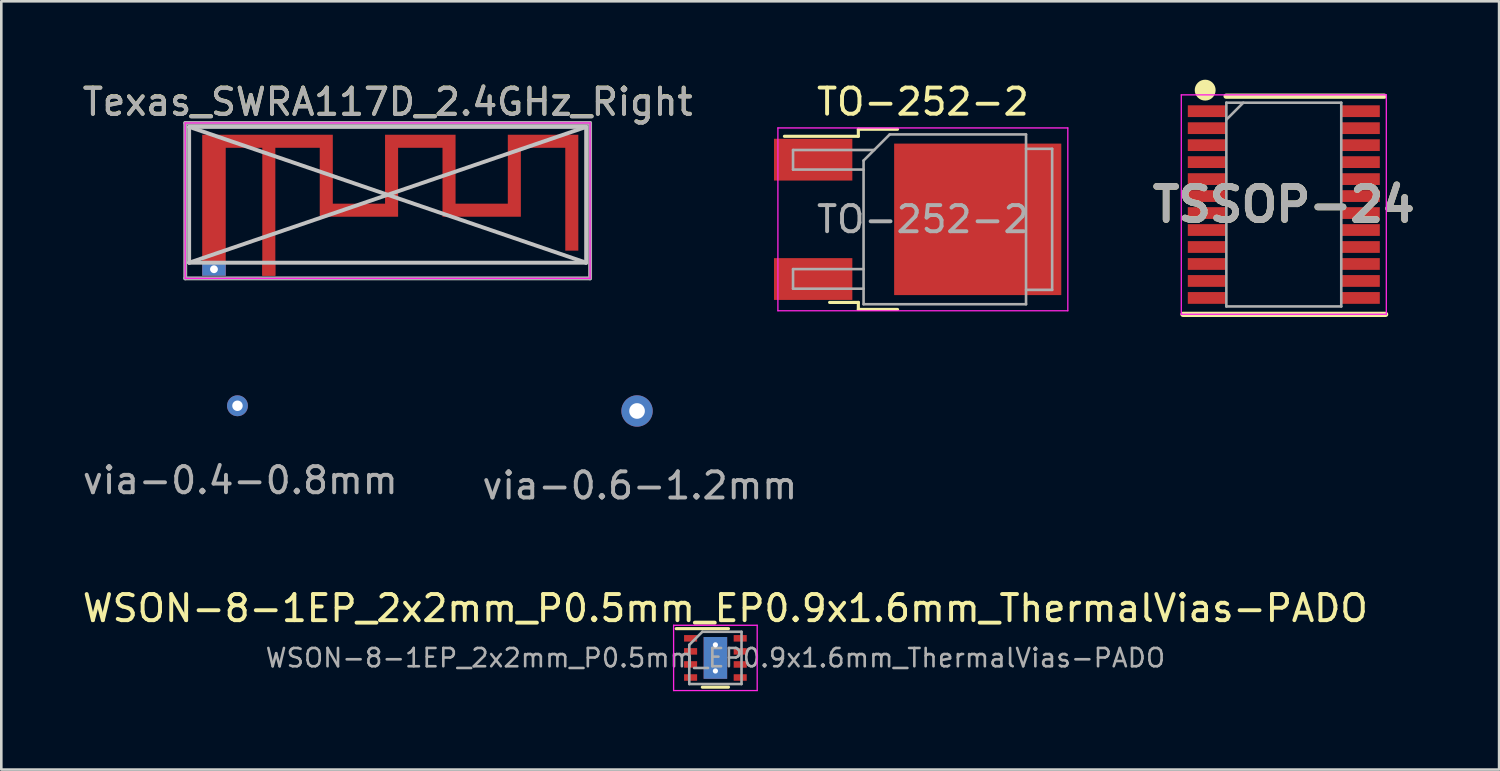
<source format=kicad_pcb>
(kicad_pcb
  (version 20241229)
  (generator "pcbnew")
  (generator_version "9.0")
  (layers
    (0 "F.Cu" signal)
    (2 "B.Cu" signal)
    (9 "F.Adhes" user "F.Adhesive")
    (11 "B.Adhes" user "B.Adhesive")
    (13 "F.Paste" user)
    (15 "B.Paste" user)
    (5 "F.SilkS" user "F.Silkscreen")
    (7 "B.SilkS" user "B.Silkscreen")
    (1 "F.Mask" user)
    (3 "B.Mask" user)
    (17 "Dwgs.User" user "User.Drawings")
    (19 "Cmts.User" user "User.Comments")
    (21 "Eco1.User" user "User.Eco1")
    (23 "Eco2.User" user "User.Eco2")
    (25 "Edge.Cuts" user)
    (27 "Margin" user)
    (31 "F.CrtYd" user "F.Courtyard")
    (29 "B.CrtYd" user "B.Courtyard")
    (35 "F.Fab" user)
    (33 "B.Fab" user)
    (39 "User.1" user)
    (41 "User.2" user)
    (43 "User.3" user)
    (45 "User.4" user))
  (footprint "Texas_SWRA117D_2.4GHz_Right"
    (layer "F.Cu")
    (at 7.242 7.258)
    (property "Reference" "Texas_SWRA117D_2.4GHz_Right" (at 4.55 -6.41 0) (layer "F.SilkS") (effects (font (size 1 1) (thickness 0.15))))
    (attr exclude_from_pos_files exclude_from_bom)
    (fp_poly (pts (xy 2.45 -2.51) (xy 4.45 -2.51) (xy 4.45 -5.15) (xy 7.15 -5.15) (xy 7.15 -2.51) (xy 9.15 -2.51) (xy 9.15 -5.15) (xy 11.85 -5.15) (xy 11.85 -0.71) (xy 11.35 -0.71) (xy 11.35 -4.65) (xy 9.65 -4.65) (xy 9.65 -2.01) (xy 6.65 -2.01) (xy 6.65 -4.65) (xy 4.95 -4.65) (xy 4.95 -2.01) (xy 1.95 -2.01) (xy 1.95 -4.65) (xy 0.25 -4.65) (xy 0.25 0.25) (xy -0.25 0.25) (xy -0.25 -4.65) (xy -1.65 -4.65) (xy -1.65 0.25) (xy -2.55 0.25) (xy -2.55 0.007) (xy -2.248 0.007) (xy -2.238 0.054) (xy -2.214 0.097) (xy -2.176 0.13) (xy -2.168 0.134) (xy -2.125 0.146) (xy -2.077 0.145) (xy -2.031 0.132) (xy -2.013 0.122) (xy -1.979 0.087) (xy -1.958 0.041) (xy -1.952 -0.008) (xy -1.96 -0.056) (xy -1.977 -0.089) (xy -2.012 -0.121) (xy -2.058 -0.141) (xy -2.107 -0.148) (xy -2.155 -0.14) (xy -2.188 -0.123) (xy -2.223 -0.086) (xy -2.243 -0.042) (xy -2.248 0.007) (xy -2.55 0.007) (xy -2.55 -5.15) (xy 2.45 -5.15) (xy 2.45 -2.51)) (stroke (width 0) (type solid)) (fill yes) (layer "F.Cu"))
    (fp_line (start -3.05 -5.45) (end 12.15 -5.45) (stroke (width 0.15) (type solid)) (layer "Dwgs.User"))
    (fp_line (start -3.05 -5.45) (end 12.15 -0.25) (stroke (width 0.15) (type solid)) (layer "Dwgs.User"))
    (fp_line (start -3.05 -0.25) (end -3.05 -5.45) (stroke (width 0.15) (type solid)) (layer "Dwgs.User"))
    (fp_line (start -3.05 -0.25) (end 12.15 -5.45) (stroke (width 0.15) (type solid)) (layer "Dwgs.User"))
    (fp_line (start -3.05 -0.25) (end 12.15 -0.25) (stroke (width 0.15) (type solid)) (layer "Dwgs.User"))
    (fp_line (start 12.15 -0.25) (end 12.15 -5.45) (stroke (width 0.15) (type solid)) (layer "Dwgs.User"))
    (fp_line (start -3.2 -5.6) (end 12.3 -5.6) (stroke (width 0.05) (type solid)) (layer "F.CrtYd"))
    (fp_line (start -3.2 0.35) (end -3.2 -5.6) (stroke (width 0.05) (type solid)) (layer "F.CrtYd"))
    (fp_line (start 12.3 -5.6) (end 12.3 0.35) (stroke (width 0.05) (type solid)) (layer "F.CrtYd"))
    (fp_line (start 12.3 0.35) (end -3.2 0.35) (stroke (width 0.05) (type solid)) (layer "F.CrtYd"))
    (fp_line (start -3.2 -5.6) (end 12.3 -5.6) (stroke (width 0.15) (type solid)) (layer "F.Fab"))
    (fp_line (start -3.2 0.35) (end -3.2 -5.6) (stroke (width 0.15) (type solid)) (layer "F.Fab"))
    (fp_line (start 12.3 -5.6) (end 12.3 0.35) (stroke (width 0.15) (type solid)) (layer "F.Fab"))
    (fp_line (start 12.3 0.35) (end -3.2 0.35) (stroke (width 0.15) (type solid)) (layer "F.Fab"))
    (fp_text user "${REFERENCE}" (at 4.55 -6.4 0) (layer "F.Fab") (effects (font (size 1 1) (thickness 0.15))))
    (pad "1" connect rect (at 0 0) (size 0.5 0.5) (layers "F.Cu"))
    (pad "2" thru_hole rect (at -2.1 0) (size 0.9 0.5) (drill 0.3) (layers "*.Cu")))
  (footprint "via-0.4-0.8mm"
    (layer "F.Cu")
    (at 6.042 12.485)
    (property "Reference" "via-0.4-0.8mm" (at 0.107 2.857 0) (layer "F.Fab") (effects (font (size 1 1) (thickness 0.15))))
    (attr through_hole)
    (pad "1" thru_hole circle (at 0 0) (size 0.8 0.8) (drill 0.4) (layers "*.Cu")))
  (footprint "TO-252-2"
    (layer "F.Cu")
    (at 32.283 5.348)
    (property "Reference" "TO-252-2" (at 0 -4.5 0) (layer "F.SilkS") (effects (font (size 1 1) (thickness 0.15))))
    (attr smd)
    (fp_line (start -2.47 -3.45) (end -2.47 -3.18) (stroke (width 0.12) (type solid)) (layer "F.SilkS"))
    (fp_line (start -2.47 -3.18) (end -5.3 -3.18) (stroke (width 0.12) (type solid)) (layer "F.SilkS"))
    (fp_line (start -2.47 3.18) (end -3.57 3.18) (stroke (width 0.12) (type solid)) (layer "F.SilkS"))
    (fp_line (start -2.47 3.45) (end -2.47 3.18) (stroke (width 0.12) (type solid)) (layer "F.SilkS"))
    (fp_line (start -0.97 -3.45) (end -2.47 -3.45) (stroke (width 0.12) (type solid)) (layer "F.SilkS"))
    (fp_line (start -0.97 3.45) (end -2.47 3.45) (stroke (width 0.12) (type solid)) (layer "F.SilkS"))
    (fp_line (start -5.55 -3.5) (end -5.55 3.5) (stroke (width 0.05) (type solid)) (layer "F.CrtYd"))
    (fp_line (start -5.55 3.5) (end 5.55 3.5) (stroke (width 0.05) (type solid)) (layer "F.CrtYd"))
    (fp_line (start 5.55 -3.5) (end -5.55 -3.5) (stroke (width 0.05) (type solid)) (layer "F.CrtYd"))
    (fp_line (start 5.55 3.5) (end 5.55 -3.5) (stroke (width 0.05) (type solid)) (layer "F.CrtYd"))
    (fp_line (start -4.97 -2.655) (end -4.97 -1.905) (stroke (width 0.1) (type solid)) (layer "F.Fab"))
    (fp_line (start -4.97 -1.905) (end -2.27 -1.905) (stroke (width 0.1) (type solid)) (layer "F.Fab"))
    (fp_line (start -4.97 1.905) (end -4.97 2.655) (stroke (width 0.1) (type solid)) (layer "F.Fab"))
    (fp_line (start -4.97 2.655) (end -2.27 2.655) (stroke (width 0.1) (type solid)) (layer "F.Fab"))
    (fp_line (start -2.27 -2.25) (end -1.27 -3.25) (stroke (width 0.1) (type solid)) (layer "F.Fab"))
    (fp_line (start -2.27 1.905) (end -4.97 1.905) (stroke (width 0.1) (type solid)) (layer "F.Fab"))
    (fp_line (start -2.27 3.25) (end -2.27 -2.25) (stroke (width 0.1) (type solid)) (layer "F.Fab"))
    (fp_line (start -1.865 -2.655) (end -4.97 -2.655) (stroke (width 0.1) (type solid)) (layer "F.Fab"))
    (fp_line (start -1.27 -3.25) (end 3.95 -3.25) (stroke (width 0.1) (type solid)) (layer "F.Fab"))
    (fp_line (start 3.95 -3.25) (end 3.95 3.25) (stroke (width 0.1) (type solid)) (layer "F.Fab"))
    (fp_line (start 3.95 -2.7) (end 4.95 -2.7) (stroke (width 0.1) (type solid)) (layer "F.Fab"))
    (fp_line (start 3.95 3.25) (end -2.27 3.25) (stroke (width 0.1) (type solid)) (layer "F.Fab"))
    (fp_line (start 4.95 -2.7) (end 4.95 2.7) (stroke (width 0.1) (type solid)) (layer "F.Fab"))
    (fp_line (start 4.95 2.7) (end 3.95 2.7) (stroke (width 0.1) (type solid)) (layer "F.Fab"))
    (fp_text user "${REFERENCE}" (at 0 0 0) (layer "F.Fab") (effects (font (size 1 1) (thickness 0.15))))
    (pad "" smd rect (at 0.425 -1.525) (size 3.05 2.75) (layers "F.Paste"))
    (pad "" smd rect (at 0.425 1.525) (size 3.05 2.75) (layers "F.Paste"))
    (pad "" smd rect (at 3.775 -1.525) (size 3.05 2.75) (layers "F.Paste"))
    (pad "" smd rect (at 3.775 1.525) (size 3.05 2.75) (layers "F.Paste"))
    (pad "1" smd rect (at -4.2 -2.285) (size 3 1.6) (layers "F.Cu" "F.Mask" "F.Paste"))
    (pad "2" smd rect (at 2.1 0) (size 6.4 5.8) (layers "F.Cu" "F.Mask"))
    (pad "3" smd rect (at -4.2 2.285) (size 3 1.6) (layers "F.Cu" "F.Mask" "F.Paste")))
  (footprint "TSSOP-24"
    (layer "F.Cu")
    (at 46.102 4.782)
    (property "Reference" "TSSOP-24" (at 0 0 0) (layer "F.SilkS") (effects (font (size 1.27 1.27) (thickness 0.254))))
    (attr smd)
    (fp_line (start -2.21 -4.15) (end 3.848 -4.15) (stroke (width 0.2) (type solid)) (layer "F.SilkS"))
    (fp_line (start 3.899 4.204) (end -3.861 4.204) (stroke (width 0.2) (type solid)) (layer "F.SilkS"))
    (fp_circle (center -3.01 -4.381) (end -2.81 -4.381) (stroke (width 0.4) (type solid)) (fill no) (layer "F.SilkS"))
    (fp_line (start -3.925 -4.2) (end 3.925 -4.2) (stroke (width 0.05) (type solid)) (layer "F.CrtYd"))
    (fp_line (start -3.925 4.2) (end -3.925 -4.2) (stroke (width 0.05) (type solid)) (layer "F.CrtYd"))
    (fp_line (start 3.925 -4.2) (end 3.925 4.2) (stroke (width 0.05) (type solid)) (layer "F.CrtYd"))
    (fp_line (start 3.925 4.2) (end -3.925 4.2) (stroke (width 0.05) (type solid)) (layer "F.CrtYd"))
    (fp_line (start -2.2 -3.9) (end 2.2 -3.9) (stroke (width 0.1) (type solid)) (layer "F.Fab"))
    (fp_line (start -2.2 -3.25) (end -1.55 -3.9) (stroke (width 0.1) (type solid)) (layer "F.Fab"))
    (fp_line (start -2.2 3.9) (end -2.2 -3.9) (stroke (width 0.1) (type solid)) (layer "F.Fab"))
    (fp_line (start 2.2 -3.9) (end 2.2 3.9) (stroke (width 0.1) (type solid)) (layer "F.Fab"))
    (fp_line (start 2.2 3.9) (end -2.2 3.9) (stroke (width 0.1) (type solid)) (layer "F.Fab"))
    (fp_text user "${REFERENCE}" (at 0 0 0) (layer "F.Fab") (effects (font (size 1.27 1.27) (thickness 0.254))))
    (pad "1" smd rect (at -2.938 -3.575 90) (size 0.45 1.475) (layers "F.Cu" "F.Mask" "F.Paste"))
    (pad "2" smd rect (at -2.938 -2.925 90) (size 0.45 1.475) (layers "F.Cu" "F.Mask" "F.Paste"))
    (pad "3" smd rect (at -2.938 -2.275 90) (size 0.45 1.475) (layers "F.Cu" "F.Mask" "F.Paste"))
    (pad "4" smd rect (at -2.938 -1.625 90) (size 0.45 1.475) (layers "F.Cu" "F.Mask" "F.Paste"))
    (pad "5" smd rect (at -2.938 -0.975 90) (size 0.45 1.475) (layers "F.Cu" "F.Mask" "F.Paste"))
    (pad "6" smd rect (at -2.938 -0.325 90) (size 0.45 1.475) (layers "F.Cu" "F.Mask" "F.Paste"))
    (pad "7" smd rect (at -2.938 0.325 90) (size 0.45 1.475) (layers "F.Cu" "F.Mask" "F.Paste"))
    (pad "8" smd rect (at -2.938 0.975 90) (size 0.45 1.475) (layers "F.Cu" "F.Mask" "F.Paste"))
    (pad "9" smd rect (at -2.938 1.625 90) (size 0.45 1.475) (layers "F.Cu" "F.Mask" "F.Paste"))
    (pad "10" smd rect (at -2.938 2.275 90) (size 0.45 1.475) (layers "F.Cu" "F.Mask" "F.Paste"))
    (pad "11" smd rect (at -2.938 2.925 90) (size 0.45 1.475) (layers "F.Cu" "F.Mask" "F.Paste"))
    (pad "12" smd rect (at -2.938 3.575 90) (size 0.45 1.475) (layers "F.Cu" "F.Mask" "F.Paste"))
    (pad "13" smd rect (at 2.938 3.575 90) (size 0.45 1.475) (layers "F.Cu" "F.Mask" "F.Paste"))
    (pad "14" smd rect (at 2.938 2.925 90) (size 0.45 1.475) (layers "F.Cu" "F.Mask" "F.Paste"))
    (pad "15" smd rect (at 2.938 2.275 90) (size 0.45 1.475) (layers "F.Cu" "F.Mask" "F.Paste"))
    (pad "16" smd rect (at 2.938 1.625 90) (size 0.45 1.475) (layers "F.Cu" "F.Mask" "F.Paste"))
    (pad "17" smd rect (at 2.938 0.975 90) (size 0.45 1.475) (layers "F.Cu" "F.Mask" "F.Paste"))
    (pad "18" smd rect (at 2.938 0.325 90) (size 0.45 1.475) (layers "F.Cu" "F.Mask" "F.Paste"))
    (pad "19" smd rect (at 2.938 -0.325 90) (size 0.45 1.475) (layers "F.Cu" "F.Mask" "F.Paste"))
    (pad "20" smd rect (at 2.938 -0.975 90) (size 0.45 1.475) (layers "F.Cu" "F.Mask" "F.Paste"))
    (pad "21" smd rect (at 2.938 -1.625 90) (size 0.45 1.475) (layers "F.Cu" "F.Mask" "F.Paste"))
    (pad "22" smd rect (at 2.938 -2.275 90) (size 0.45 1.475) (layers "F.Cu" "F.Mask" "F.Paste"))
    (pad "23" smd rect (at 2.938 -2.925 90) (size 0.45 1.475) (layers "F.Cu" "F.Mask" "F.Paste"))
    (pad "24" smd rect (at 2.938 -3.575 90) (size 0.45 1.475) (layers "F.Cu" "F.Mask" "F.Paste")))
  (footprint "via-0.6-1.2mm"
    (layer "F.Cu")
    (at 21.34 12.685)
    (property "Reference" "via-0.6-1.2mm" (at 0.107 2.857 0) (layer "F.Fab") (effects (font (size 1 1) (thickness 0.15))))
    (attr through_hole)
    (pad "1" thru_hole circle (at 0 0) (size 1.2 1.2) (drill 0.6) (layers "*.Cu")))
  (footprint "WSON-8-1EP_2x2mm_P0.5mm_EP0.9x1.6mm_ThermalVias-PADO"
    (layer "F.Cu")
    (at 24.34 22.139)
    (property "Reference" "WSON-8-1EP_2x2mm_P0.5mm_EP0.9x1.6mm_ThermalVias-PADO" (at 0.38 -1.9 0) (layer "F.SilkS") (effects (font (size 1 1) (thickness 0.15))))
    (attr smd)
    (fp_line (start -1.5 -1.12) (end 0.5 -1.12) (stroke (width 0.12) (type solid)) (layer "F.SilkS"))
    (fp_line (start 0.5 1.12) (end -0.5 1.12) (stroke (width 0.12) (type solid)) (layer "F.SilkS"))
    (fp_line (start -1.6 -1.25) (end -1.6 1.25) (stroke (width 0.05) (type solid)) (layer "F.CrtYd"))
    (fp_line (start -1.6 -1.25) (end 1.6 -1.25) (stroke (width 0.05) (type solid)) (layer "F.CrtYd"))
    (fp_line (start -1.6 1.25) (end 1.6 1.25) (stroke (width 0.05) (type solid)) (layer "F.CrtYd"))
    (fp_line (start 1.6 -1.25) (end 1.6 1.25) (stroke (width 0.05) (type solid)) (layer "F.CrtYd"))
    (fp_line (start -1 1) (end -1 -0.5) (stroke (width 0.1) (type solid)) (layer "F.Fab"))
    (fp_line (start -0.5 -1) (end -1 -0.5) (stroke (width 0.1) (type solid)) (layer "F.Fab"))
    (fp_line (start -0.5 -1) (end 1 -1) (stroke (width 0.1) (type solid)) (layer "F.Fab"))
    (fp_line (start 1 -1) (end 1 1) (stroke (width 0.1) (type solid)) (layer "F.Fab"))
    (fp_line (start 1 1) (end -1 1) (stroke (width 0.1) (type solid)) (layer "F.Fab"))
    (fp_text user "${REFERENCE}" (at 0 0 0) (layer "F.Fab") (effects (font (size 0.7 0.7) (thickness 0.1))))
    (pad "" smd rect (at 0 -0.4) (size 0.75 0.65) (layers "F.Paste"))
    (pad "" smd rect (at 0 0.4) (size 0.75 0.65) (layers "F.Paste"))
    (pad "1" smd rect (at -0.95 -0.75) (size 0.5 0.25) (layers "F.Cu" "F.Mask" "F.Paste"))
    (pad "2" smd rect (at -0.95 -0.25) (size 0.5 0.25) (layers "F.Cu" "F.Mask" "F.Paste"))
    (pad "3" smd rect (at -0.95 0.25) (size 0.5 0.25) (layers "F.Cu" "F.Mask" "F.Paste"))
    (pad "4" smd rect (at -0.95 0.75) (size 0.5 0.25) (layers "F.Cu" "F.Mask" "F.Paste"))
    (pad "5" smd rect (at 0.95 0.75) (size 0.5 0.25) (layers "F.Cu" "F.Mask" "F.Paste"))
    (pad "6" smd rect (at 0.95 0.25) (size 0.5 0.25) (layers "F.Cu" "F.Mask" "F.Paste"))
    (pad "7" smd rect (at 0.95 -0.25) (size 0.5 0.25) (layers "F.Cu" "F.Mask" "F.Paste"))
    (pad "8" smd rect (at 0.95 -0.75) (size 0.5 0.25) (layers "F.Cu" "F.Mask" "F.Paste"))
    (pad "9" thru_hole circle (at 0 -0.5) (size 0.45 0.45) (drill 0.2) (layers "*.Cu"))
    (pad "9" smd rect (at 0 0) (size 0.9 1.6) (layers "F.Cu" "F.Mask"))
    (pad "9" smd rect (at 0 0) (size 0.9 1.6) (layers "B.Cu"))
    (pad "9" thru_hole circle (at 0 0.5) (size 0.45 0.45) (drill 0.2) (layers "*.Cu")))
  (gr_rect
    (start -3 -3)
    (end 54.345 26.414)
    (stroke (width 0.1) (type default))
    (fill no)
    (layer "Edge.Cuts")))
</source>
